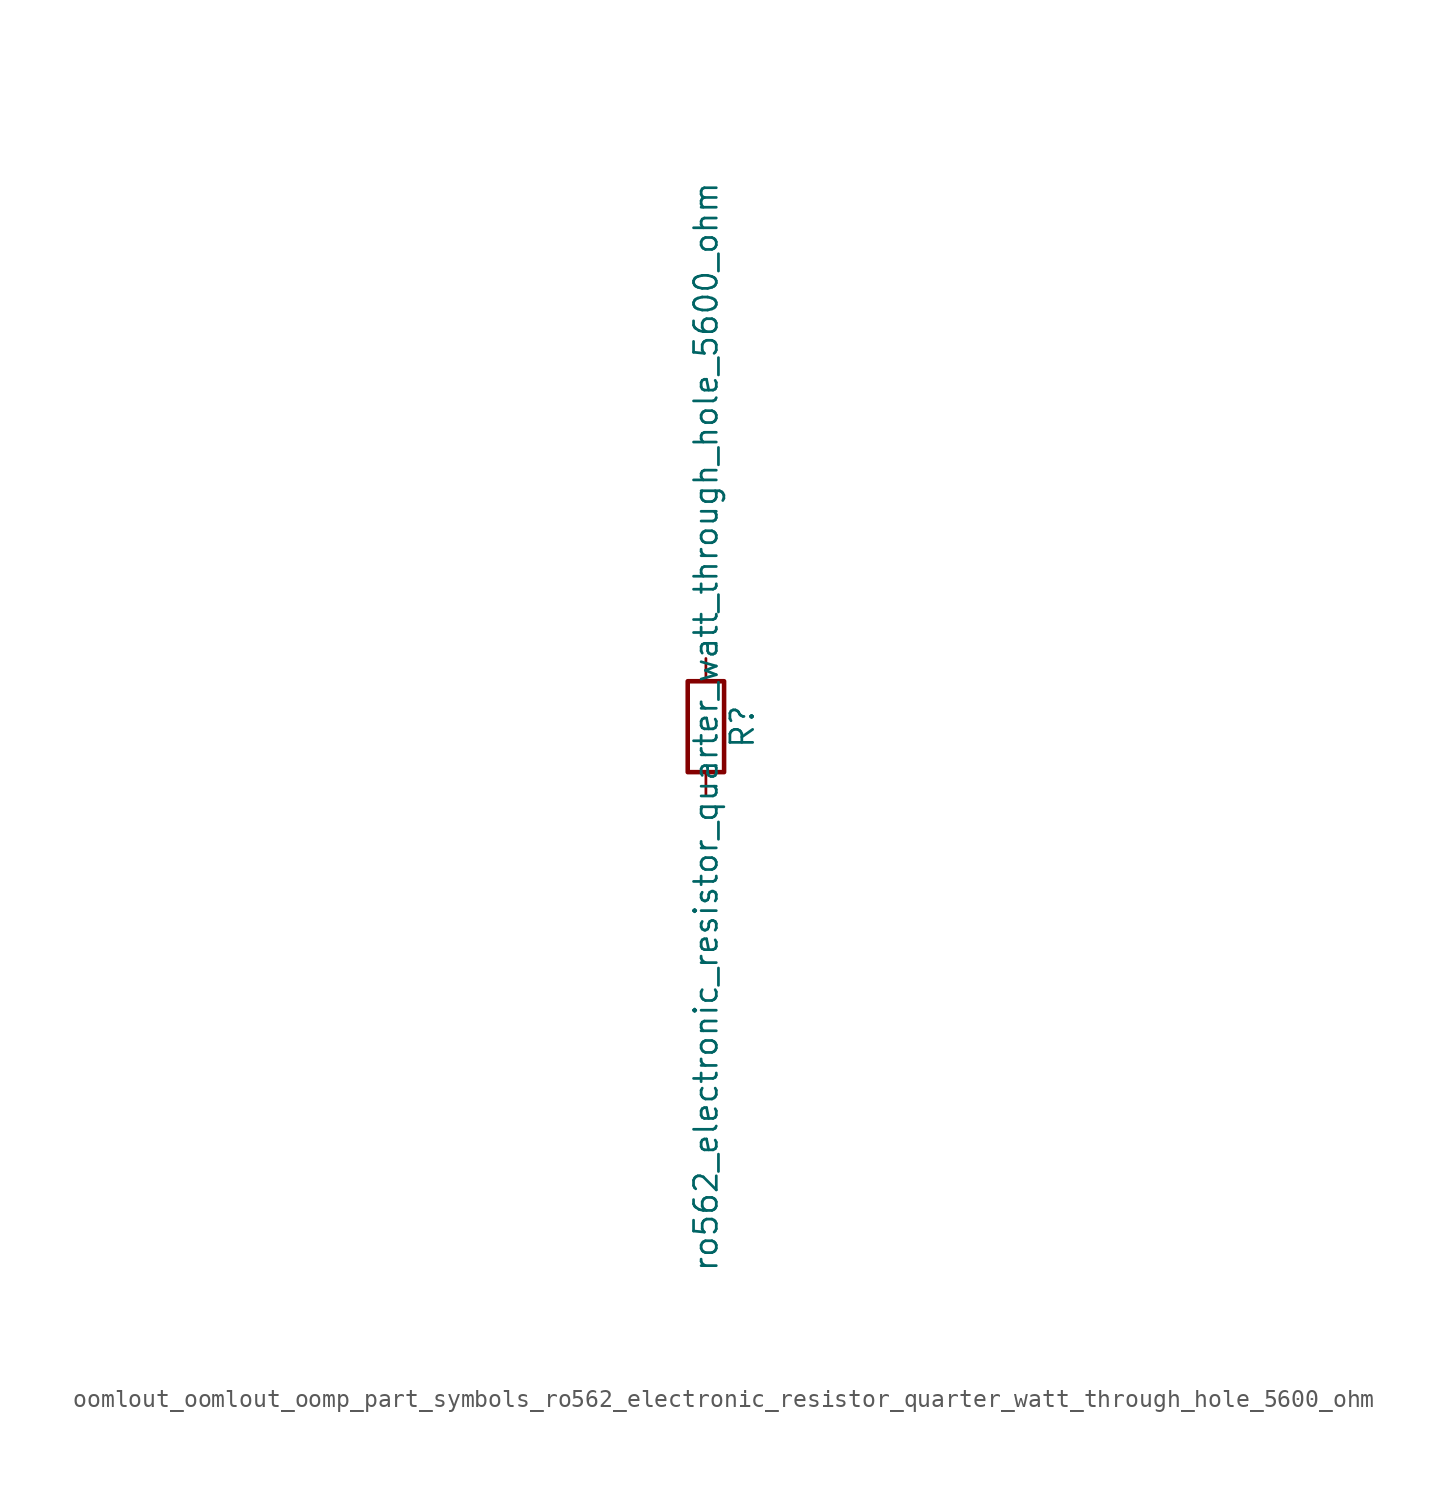
<source format=kicad_sym>
(kicad_symbol_lib
  (version 20220914)
  (generator kicad_symbol_editor)
  (symbol "oomlout_oomlout_oomp_part_symbols_ro562_electronic_resistor_quarter_watt_through_hole_5600_ohm"
    (pin_numbers hide)
    (pin_names
      (offset 0))
    (property "Reference" "R"
      (at 2.032 0 90)
      (effects (font (size 1.27 1.27))))
    (property "Value" "ro562_electronic_resistor_quarter_watt_through_hole_5600_ohm"
      (at 0 0 90)
      (effects (font (size 1.27 1.27))))
    (symbol "oomlout_oomlout_oomp_part_symbols_ro562_electronic_resistor_quarter_watt_through_hole_5600_ohm_0_1"
      (rectangle (start -1.016 -2.54) (end 1.016 2.54) (stroke (width 0.254) (type default)) (fill (type none))))
    (symbol "oomlout_oomlout_oomp_part_symbols_ro562_electronic_resistor_quarter_watt_through_hole_5600_ohm_1_1"
      (pin passive line (at 0 3.81 270) (length 1.27) (name "~" (effects (font (size 1.27 1.27)))) (number "1" (effects (font (size 1.27 1.27)))))
      (pin passive line (at 0 -3.81 90) (length 1.27) (name "~" (effects (font (size 1.27 1.27)))) (number "2" (effects (font (size 1.27 1.27))))))))
</source>
